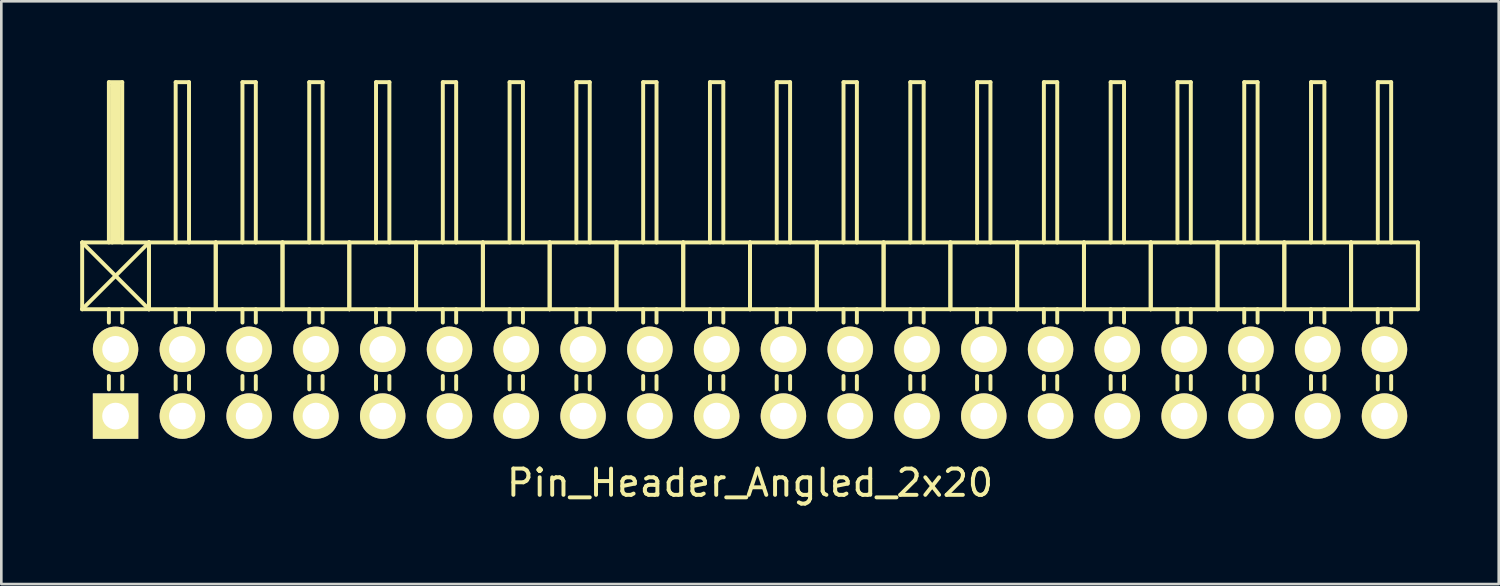
<source format=kicad_pcb>
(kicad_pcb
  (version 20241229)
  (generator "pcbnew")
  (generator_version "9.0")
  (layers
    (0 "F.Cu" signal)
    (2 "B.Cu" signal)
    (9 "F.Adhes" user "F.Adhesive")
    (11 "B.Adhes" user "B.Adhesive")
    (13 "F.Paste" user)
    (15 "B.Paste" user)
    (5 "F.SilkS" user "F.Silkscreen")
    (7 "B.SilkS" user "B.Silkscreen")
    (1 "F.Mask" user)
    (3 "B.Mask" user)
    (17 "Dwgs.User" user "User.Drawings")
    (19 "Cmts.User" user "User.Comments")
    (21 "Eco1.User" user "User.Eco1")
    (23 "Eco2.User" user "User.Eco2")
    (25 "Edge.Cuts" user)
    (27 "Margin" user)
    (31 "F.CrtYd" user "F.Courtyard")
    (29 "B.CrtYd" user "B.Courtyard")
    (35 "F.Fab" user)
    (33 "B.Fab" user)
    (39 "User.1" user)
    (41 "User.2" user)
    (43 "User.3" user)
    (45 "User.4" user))
  (footprint "Pin_Header_Angled_2x20"
    (layer "F.Cu")
    (at 25.475 11.505)
    (property "Reference" "Pin_Header_Angled_2x20" (at 0 3.81 0) (layer "F.SilkS") (effects (font (size 1 1) (thickness 0.15))))
    (attr through_hole)
    (fp_line (start -25.4 -5.334) (end -22.86 -2.794) (stroke (width 0.15) (type solid)) (layer "F.SilkS"))
    (fp_line (start -25.4 -2.794) (end -25.4 -5.334) (stroke (width 0.15) (type solid)) (layer "F.SilkS"))
    (fp_line (start -25.4 -2.794) (end -22.86 -5.334) (stroke (width 0.15) (type solid)) (layer "F.SilkS"))
    (fp_line (start -25.4 -2.794) (end -22.86 -2.794) (stroke (width 0.15) (type solid)) (layer "F.SilkS"))
    (fp_line (start -24.384 -11.43) (end -23.876 -11.43) (stroke (width 0.15) (type solid)) (layer "F.SilkS"))
    (fp_line (start -24.384 -5.334) (end -24.384 -11.43) (stroke (width 0.15) (type solid)) (layer "F.SilkS"))
    (fp_line (start -24.384 -2.794) (end -24.384 -2.286) (stroke (width 0.15) (type solid)) (layer "F.SilkS"))
    (fp_line (start -24.384 -0.254) (end -24.384 0.254) (stroke (width 0.15) (type solid)) (layer "F.SilkS"))
    (fp_line (start -24.257 -11.303) (end -24.003 -11.303) (stroke (width 0.15) (type solid)) (layer "F.SilkS"))
    (fp_line (start -24.257 -5.334) (end -24.257 -11.303) (stroke (width 0.15) (type solid)) (layer "F.SilkS"))
    (fp_line (start -24.13 -5.461) (end -24.13 -11.303) (stroke (width 0.15) (type solid)) (layer "F.SilkS"))
    (fp_line (start -24.003 -11.303) (end -24.003 -5.461) (stroke (width 0.15) (type solid)) (layer "F.SilkS"))
    (fp_line (start -24.003 -5.461) (end -24.13 -5.461) (stroke (width 0.15) (type solid)) (layer "F.SilkS"))
    (fp_line (start -23.876 -11.43) (end -23.876 -5.334) (stroke (width 0.15) (type solid)) (layer "F.SilkS"))
    (fp_line (start -23.876 -2.794) (end -23.876 -2.286) (stroke (width 0.15) (type solid)) (layer "F.SilkS"))
    (fp_line (start -23.876 -0.254) (end -23.876 0.254) (stroke (width 0.15) (type solid)) (layer "F.SilkS"))
    (fp_line (start -22.86 -5.334) (end -25.4 -5.334) (stroke (width 0.15) (type solid)) (layer "F.SilkS"))
    (fp_line (start -22.86 -2.794) (end -22.86 -5.334) (stroke (width 0.15) (type solid)) (layer "F.SilkS"))
    (fp_line (start -22.86 -2.794) (end -22.86 -5.334) (stroke (width 0.15) (type solid)) (layer "F.SilkS"))
    (fp_line (start -22.86 -2.794) (end -20.32 -2.794) (stroke (width 0.15) (type solid)) (layer "F.SilkS"))
    (fp_line (start -21.844 -11.43) (end -21.336 -11.43) (stroke (width 0.15) (type solid)) (layer "F.SilkS"))
    (fp_line (start -21.844 -5.334) (end -21.844 -11.43) (stroke (width 0.15) (type solid)) (layer "F.SilkS"))
    (fp_line (start -21.844 -2.794) (end -21.844 -2.286) (stroke (width 0.15) (type solid)) (layer "F.SilkS"))
    (fp_line (start -21.844 -0.254) (end -21.844 0.254) (stroke (width 0.15) (type solid)) (layer "F.SilkS"))
    (fp_line (start -21.336 -11.43) (end -21.336 -5.334) (stroke (width 0.15) (type solid)) (layer "F.SilkS"))
    (fp_line (start -21.336 -2.794) (end -21.336 -2.286) (stroke (width 0.15) (type solid)) (layer "F.SilkS"))
    (fp_line (start -21.336 -0.254) (end -21.336 0.254) (stroke (width 0.15) (type solid)) (layer "F.SilkS"))
    (fp_line (start -20.32 -5.334) (end -22.86 -5.334) (stroke (width 0.15) (type solid)) (layer "F.SilkS"))
    (fp_line (start -20.32 -2.794) (end -20.32 -5.334) (stroke (width 0.15) (type solid)) (layer "F.SilkS"))
    (fp_line (start -20.32 -2.794) (end -20.32 -5.334) (stroke (width 0.15) (type solid)) (layer "F.SilkS"))
    (fp_line (start -20.32 -2.794) (end -17.78 -2.794) (stroke (width 0.15) (type solid)) (layer "F.SilkS"))
    (fp_line (start -19.304 -11.43) (end -18.796 -11.43) (stroke (width 0.15) (type solid)) (layer "F.SilkS"))
    (fp_line (start -19.304 -5.334) (end -19.304 -11.43) (stroke (width 0.15) (type solid)) (layer "F.SilkS"))
    (fp_line (start -19.304 -2.794) (end -19.304 -2.286) (stroke (width 0.15) (type solid)) (layer "F.SilkS"))
    (fp_line (start -19.304 -0.254) (end -19.304 0.254) (stroke (width 0.15) (type solid)) (layer "F.SilkS"))
    (fp_line (start -18.796 -11.43) (end -18.796 -5.334) (stroke (width 0.15) (type solid)) (layer "F.SilkS"))
    (fp_line (start -18.796 -2.794) (end -18.796 -2.286) (stroke (width 0.15) (type solid)) (layer "F.SilkS"))
    (fp_line (start -18.796 -0.254) (end -18.796 0.254) (stroke (width 0.15) (type solid)) (layer "F.SilkS"))
    (fp_line (start -17.78 -5.334) (end -20.32 -5.334) (stroke (width 0.15) (type solid)) (layer "F.SilkS"))
    (fp_line (start -17.78 -2.794) (end -17.78 -5.334) (stroke (width 0.15) (type solid)) (layer "F.SilkS"))
    (fp_line (start -17.78 -2.794) (end -17.78 -5.334) (stroke (width 0.15) (type solid)) (layer "F.SilkS"))
    (fp_line (start -17.78 -2.794) (end -15.24 -2.794) (stroke (width 0.15) (type solid)) (layer "F.SilkS"))
    (fp_line (start -16.764 -11.43) (end -16.256 -11.43) (stroke (width 0.15) (type solid)) (layer "F.SilkS"))
    (fp_line (start -16.764 -5.334) (end -16.764 -11.43) (stroke (width 0.15) (type solid)) (layer "F.SilkS"))
    (fp_line (start -16.764 -2.794) (end -16.764 -2.286) (stroke (width 0.15) (type solid)) (layer "F.SilkS"))
    (fp_line (start -16.764 -0.254) (end -16.764 0.254) (stroke (width 0.15) (type solid)) (layer "F.SilkS"))
    (fp_line (start -16.256 -11.43) (end -16.256 -5.334) (stroke (width 0.15) (type solid)) (layer "F.SilkS"))
    (fp_line (start -16.256 -2.794) (end -16.256 -2.286) (stroke (width 0.15) (type solid)) (layer "F.SilkS"))
    (fp_line (start -16.256 -0.254) (end -16.256 0.254) (stroke (width 0.15) (type solid)) (layer "F.SilkS"))
    (fp_line (start -15.24 -5.334) (end -17.78 -5.334) (stroke (width 0.15) (type solid)) (layer "F.SilkS"))
    (fp_line (start -15.24 -2.794) (end -15.24 -5.334) (stroke (width 0.15) (type solid)) (layer "F.SilkS"))
    (fp_line (start -15.24 -2.794) (end -15.24 -5.334) (stroke (width 0.15) (type solid)) (layer "F.SilkS"))
    (fp_line (start -15.24 -2.794) (end -12.7 -2.794) (stroke (width 0.15) (type solid)) (layer "F.SilkS"))
    (fp_line (start -14.224 -11.43) (end -13.716 -11.43) (stroke (width 0.15) (type solid)) (layer "F.SilkS"))
    (fp_line (start -14.224 -5.334) (end -14.224 -11.43) (stroke (width 0.15) (type solid)) (layer "F.SilkS"))
    (fp_line (start -14.224 -2.794) (end -14.224 -2.286) (stroke (width 0.15) (type solid)) (layer "F.SilkS"))
    (fp_line (start -14.224 -0.254) (end -14.224 0.254) (stroke (width 0.15) (type solid)) (layer "F.SilkS"))
    (fp_line (start -13.716 -11.43) (end -13.716 -5.334) (stroke (width 0.15) (type solid)) (layer "F.SilkS"))
    (fp_line (start -13.716 -2.794) (end -13.716 -2.286) (stroke (width 0.15) (type solid)) (layer "F.SilkS"))
    (fp_line (start -13.716 -0.254) (end -13.716 0.254) (stroke (width 0.15) (type solid)) (layer "F.SilkS"))
    (fp_line (start -12.7 -5.334) (end -15.24 -5.334) (stroke (width 0.15) (type solid)) (layer "F.SilkS"))
    (fp_line (start -12.7 -2.794) (end -12.7 -5.334) (stroke (width 0.15) (type solid)) (layer "F.SilkS"))
    (fp_line (start -12.7 -2.794) (end -12.7 -5.334) (stroke (width 0.15) (type solid)) (layer "F.SilkS"))
    (fp_line (start -12.7 -2.794) (end -10.16 -2.794) (stroke (width 0.15) (type solid)) (layer "F.SilkS"))
    (fp_line (start -11.684 -11.43) (end -11.176 -11.43) (stroke (width 0.15) (type solid)) (layer "F.SilkS"))
    (fp_line (start -11.684 -5.334) (end -11.684 -11.43) (stroke (width 0.15) (type solid)) (layer "F.SilkS"))
    (fp_line (start -11.684 -2.794) (end -11.684 -2.286) (stroke (width 0.15) (type solid)) (layer "F.SilkS"))
    (fp_line (start -11.684 -0.254) (end -11.684 0.254) (stroke (width 0.15) (type solid)) (layer "F.SilkS"))
    (fp_line (start -11.176 -11.43) (end -11.176 -5.334) (stroke (width 0.15) (type solid)) (layer "F.SilkS"))
    (fp_line (start -11.176 -2.794) (end -11.176 -2.286) (stroke (width 0.15) (type solid)) (layer "F.SilkS"))
    (fp_line (start -11.176 -0.254) (end -11.176 0.254) (stroke (width 0.15) (type solid)) (layer "F.SilkS"))
    (fp_line (start -10.16 -5.334) (end -12.7 -5.334) (stroke (width 0.15) (type solid)) (layer "F.SilkS"))
    (fp_line (start -10.16 -2.794) (end -10.16 -5.334) (stroke (width 0.15) (type solid)) (layer "F.SilkS"))
    (fp_line (start -10.16 -2.794) (end -10.16 -5.334) (stroke (width 0.15) (type solid)) (layer "F.SilkS"))
    (fp_line (start -10.16 -2.794) (end -7.62 -2.794) (stroke (width 0.15) (type solid)) (layer "F.SilkS"))
    (fp_line (start -9.144 -11.43) (end -8.636 -11.43) (stroke (width 0.15) (type solid)) (layer "F.SilkS"))
    (fp_line (start -9.144 -5.334) (end -9.144 -11.43) (stroke (width 0.15) (type solid)) (layer "F.SilkS"))
    (fp_line (start -9.144 -2.794) (end -9.144 -2.286) (stroke (width 0.15) (type solid)) (layer "F.SilkS"))
    (fp_line (start -9.144 -0.254) (end -9.144 0.254) (stroke (width 0.15) (type solid)) (layer "F.SilkS"))
    (fp_line (start -8.636 -11.43) (end -8.636 -5.334) (stroke (width 0.15) (type solid)) (layer "F.SilkS"))
    (fp_line (start -8.636 -2.794) (end -8.636 -2.286) (stroke (width 0.15) (type solid)) (layer "F.SilkS"))
    (fp_line (start -8.636 -0.254) (end -8.636 0.254) (stroke (width 0.15) (type solid)) (layer "F.SilkS"))
    (fp_line (start -7.62 -5.334) (end -10.16 -5.334) (stroke (width 0.15) (type solid)) (layer "F.SilkS"))
    (fp_line (start -7.62 -2.794) (end -7.62 -5.334) (stroke (width 0.15) (type solid)) (layer "F.SilkS"))
    (fp_line (start -7.62 -2.794) (end -7.62 -5.334) (stroke (width 0.15) (type solid)) (layer "F.SilkS"))
    (fp_line (start -7.62 -2.794) (end -5.08 -2.794) (stroke (width 0.15) (type solid)) (layer "F.SilkS"))
    (fp_line (start -6.604 -11.43) (end -6.096 -11.43) (stroke (width 0.15) (type solid)) (layer "F.SilkS"))
    (fp_line (start -6.604 -5.334) (end -6.604 -11.43) (stroke (width 0.15) (type solid)) (layer "F.SilkS"))
    (fp_line (start -6.604 -2.794) (end -6.604 -2.286) (stroke (width 0.15) (type solid)) (layer "F.SilkS"))
    (fp_line (start -6.604 -0.254) (end -6.604 0.254) (stroke (width 0.15) (type solid)) (layer "F.SilkS"))
    (fp_line (start -6.096 -11.43) (end -6.096 -5.334) (stroke (width 0.15) (type solid)) (layer "F.SilkS"))
    (fp_line (start -6.096 -2.794) (end -6.096 -2.286) (stroke (width 0.15) (type solid)) (layer "F.SilkS"))
    (fp_line (start -6.096 -0.254) (end -6.096 0.254) (stroke (width 0.15) (type solid)) (layer "F.SilkS"))
    (fp_line (start -5.08 -5.334) (end -7.62 -5.334) (stroke (width 0.15) (type solid)) (layer "F.SilkS"))
    (fp_line (start -5.08 -2.794) (end -5.08 -5.334) (stroke (width 0.15) (type solid)) (layer "F.SilkS"))
    (fp_line (start -5.08 -2.794) (end -5.08 -5.334) (stroke (width 0.15) (type solid)) (layer "F.SilkS"))
    (fp_line (start -5.08 -2.794) (end -2.54 -2.794) (stroke (width 0.15) (type solid)) (layer "F.SilkS"))
    (fp_line (start -4.064 -11.43) (end -3.556 -11.43) (stroke (width 0.15) (type solid)) (layer "F.SilkS"))
    (fp_line (start -4.064 -5.334) (end -4.064 -11.43) (stroke (width 0.15) (type solid)) (layer "F.SilkS"))
    (fp_line (start -4.064 -2.794) (end -4.064 -2.286) (stroke (width 0.15) (type solid)) (layer "F.SilkS"))
    (fp_line (start -4.064 -0.254) (end -4.064 0.254) (stroke (width 0.15) (type solid)) (layer "F.SilkS"))
    (fp_line (start -3.556 -11.43) (end -3.556 -5.334) (stroke (width 0.15) (type solid)) (layer "F.SilkS"))
    (fp_line (start -3.556 -2.794) (end -3.556 -2.286) (stroke (width 0.15) (type solid)) (layer "F.SilkS"))
    (fp_line (start -3.556 -0.254) (end -3.556 0.254) (stroke (width 0.15) (type solid)) (layer "F.SilkS"))
    (fp_line (start -2.54 -5.334) (end -5.08 -5.334) (stroke (width 0.15) (type solid)) (layer "F.SilkS"))
    (fp_line (start -2.54 -2.794) (end -2.54 -5.334) (stroke (width 0.15) (type solid)) (layer "F.SilkS"))
    (fp_line (start -2.54 -2.794) (end -2.54 -5.334) (stroke (width 0.15) (type solid)) (layer "F.SilkS"))
    (fp_line (start -2.54 -2.794) (end 0 -2.794) (stroke (width 0.15) (type solid)) (layer "F.SilkS"))
    (fp_line (start -1.524 -11.43) (end -1.016 -11.43) (stroke (width 0.15) (type solid)) (layer "F.SilkS"))
    (fp_line (start -1.524 -5.334) (end -1.524 -11.43) (stroke (width 0.15) (type solid)) (layer "F.SilkS"))
    (fp_line (start -1.524 -2.794) (end -1.524 -2.286) (stroke (width 0.15) (type solid)) (layer "F.SilkS"))
    (fp_line (start -1.524 -0.254) (end -1.524 0.254) (stroke (width 0.15) (type solid)) (layer "F.SilkS"))
    (fp_line (start -1.016 -11.43) (end -1.016 -5.334) (stroke (width 0.15) (type solid)) (layer "F.SilkS"))
    (fp_line (start -1.016 -2.794) (end -1.016 -2.286) (stroke (width 0.15) (type solid)) (layer "F.SilkS"))
    (fp_line (start -1.016 -0.254) (end -1.016 0.254) (stroke (width 0.15) (type solid)) (layer "F.SilkS"))
    (fp_line (start 0 -5.334) (end -2.54 -5.334) (stroke (width 0.15) (type solid)) (layer "F.SilkS"))
    (fp_line (start 0 -2.794) (end 0 -5.334) (stroke (width 0.15) (type solid)) (layer "F.SilkS"))
    (fp_line (start 0 -2.794) (end 0 -5.334) (stroke (width 0.15) (type solid)) (layer "F.SilkS"))
    (fp_line (start 0 -2.794) (end 2.54 -2.794) (stroke (width 0.15) (type solid)) (layer "F.SilkS"))
    (fp_line (start 1.016 -11.43) (end 1.524 -11.43) (stroke (width 0.15) (type solid)) (layer "F.SilkS"))
    (fp_line (start 1.016 -5.334) (end 1.016 -11.43) (stroke (width 0.15) (type solid)) (layer "F.SilkS"))
    (fp_line (start 1.016 -2.794) (end 1.016 -2.286) (stroke (width 0.15) (type solid)) (layer "F.SilkS"))
    (fp_line (start 1.016 -0.254) (end 1.016 0.254) (stroke (width 0.15) (type solid)) (layer "F.SilkS"))
    (fp_line (start 1.524 -11.43) (end 1.524 -5.334) (stroke (width 0.15) (type solid)) (layer "F.SilkS"))
    (fp_line (start 1.524 -2.794) (end 1.524 -2.286) (stroke (width 0.15) (type solid)) (layer "F.SilkS"))
    (fp_line (start 1.524 -0.254) (end 1.524 0.254) (stroke (width 0.15) (type solid)) (layer "F.SilkS"))
    (fp_line (start 2.54 -5.334) (end 0 -5.334) (stroke (width 0.15) (type solid)) (layer "F.SilkS"))
    (fp_line (start 2.54 -2.794) (end 2.54 -5.334) (stroke (width 0.15) (type solid)) (layer "F.SilkS"))
    (fp_line (start 2.54 -2.794) (end 2.54 -5.334) (stroke (width 0.15) (type solid)) (layer "F.SilkS"))
    (fp_line (start 2.54 -2.794) (end 5.08 -2.794) (stroke (width 0.15) (type solid)) (layer "F.SilkS"))
    (fp_line (start 3.556 -11.43) (end 4.064 -11.43) (stroke (width 0.15) (type solid)) (layer "F.SilkS"))
    (fp_line (start 3.556 -5.334) (end 3.556 -11.43) (stroke (width 0.15) (type solid)) (layer "F.SilkS"))
    (fp_line (start 3.556 -2.794) (end 3.556 -2.286) (stroke (width 0.15) (type solid)) (layer "F.SilkS"))
    (fp_line (start 3.556 -0.254) (end 3.556 0.254) (stroke (width 0.15) (type solid)) (layer "F.SilkS"))
    (fp_line (start 4.064 -11.43) (end 4.064 -5.334) (stroke (width 0.15) (type solid)) (layer "F.SilkS"))
    (fp_line (start 4.064 -2.794) (end 4.064 -2.286) (stroke (width 0.15) (type solid)) (layer "F.SilkS"))
    (fp_line (start 4.064 -0.254) (end 4.064 0.254) (stroke (width 0.15) (type solid)) (layer "F.SilkS"))
    (fp_line (start 5.08 -5.334) (end 2.54 -5.334) (stroke (width 0.15) (type solid)) (layer "F.SilkS"))
    (fp_line (start 5.08 -2.794) (end 5.08 -5.334) (stroke (width 0.15) (type solid)) (layer "F.SilkS"))
    (fp_line (start 5.08 -2.794) (end 5.08 -5.334) (stroke (width 0.15) (type solid)) (layer "F.SilkS"))
    (fp_line (start 5.08 -2.794) (end 7.62 -2.794) (stroke (width 0.15) (type solid)) (layer "F.SilkS"))
    (fp_line (start 6.096 -11.43) (end 6.604 -11.43) (stroke (width 0.15) (type solid)) (layer "F.SilkS"))
    (fp_line (start 6.096 -5.334) (end 6.096 -11.43) (stroke (width 0.15) (type solid)) (layer "F.SilkS"))
    (fp_line (start 6.096 -2.794) (end 6.096 -2.286) (stroke (width 0.15) (type solid)) (layer "F.SilkS"))
    (fp_line (start 6.096 -0.254) (end 6.096 0.254) (stroke (width 0.15) (type solid)) (layer "F.SilkS"))
    (fp_line (start 6.604 -11.43) (end 6.604 -5.334) (stroke (width 0.15) (type solid)) (layer "F.SilkS"))
    (fp_line (start 6.604 -2.794) (end 6.604 -2.286) (stroke (width 0.15) (type solid)) (layer "F.SilkS"))
    (fp_line (start 6.604 -0.254) (end 6.604 0.254) (stroke (width 0.15) (type solid)) (layer "F.SilkS"))
    (fp_line (start 7.62 -5.334) (end 5.08 -5.334) (stroke (width 0.15) (type solid)) (layer "F.SilkS"))
    (fp_line (start 7.62 -2.794) (end 7.62 -5.334) (stroke (width 0.15) (type solid)) (layer "F.SilkS"))
    (fp_line (start 7.62 -2.794) (end 7.62 -5.334) (stroke (width 0.15) (type solid)) (layer "F.SilkS"))
    (fp_line (start 7.62 -2.794) (end 10.16 -2.794) (stroke (width 0.15) (type solid)) (layer "F.SilkS"))
    (fp_line (start 8.636 -11.43) (end 9.144 -11.43) (stroke (width 0.15) (type solid)) (layer "F.SilkS"))
    (fp_line (start 8.636 -5.334) (end 8.636 -11.43) (stroke (width 0.15) (type solid)) (layer "F.SilkS"))
    (fp_line (start 8.636 -2.794) (end 8.636 -2.286) (stroke (width 0.15) (type solid)) (layer "F.SilkS"))
    (fp_line (start 8.636 -0.254) (end 8.636 0.254) (stroke (width 0.15) (type solid)) (layer "F.SilkS"))
    (fp_line (start 9.144 -11.43) (end 9.144 -5.334) (stroke (width 0.15) (type solid)) (layer "F.SilkS"))
    (fp_line (start 9.144 -2.794) (end 9.144 -2.286) (stroke (width 0.15) (type solid)) (layer "F.SilkS"))
    (fp_line (start 9.144 -0.254) (end 9.144 0.254) (stroke (width 0.15) (type solid)) (layer "F.SilkS"))
    (fp_line (start 10.16 -5.334) (end 7.62 -5.334) (stroke (width 0.15) (type solid)) (layer "F.SilkS"))
    (fp_line (start 10.16 -2.794) (end 10.16 -5.334) (stroke (width 0.15) (type solid)) (layer "F.SilkS"))
    (fp_line (start 10.16 -2.794) (end 10.16 -5.334) (stroke (width 0.15) (type solid)) (layer "F.SilkS"))
    (fp_line (start 10.16 -2.794) (end 12.7 -2.794) (stroke (width 0.15) (type solid)) (layer "F.SilkS"))
    (fp_line (start 11.176 -11.43) (end 11.684 -11.43) (stroke (width 0.15) (type solid)) (layer "F.SilkS"))
    (fp_line (start 11.176 -5.334) (end 11.176 -11.43) (stroke (width 0.15) (type solid)) (layer "F.SilkS"))
    (fp_line (start 11.176 -2.794) (end 11.176 -2.286) (stroke (width 0.15) (type solid)) (layer "F.SilkS"))
    (fp_line (start 11.176 -0.254) (end 11.176 0.254) (stroke (width 0.15) (type solid)) (layer "F.SilkS"))
    (fp_line (start 11.684 -11.43) (end 11.684 -5.334) (stroke (width 0.15) (type solid)) (layer "F.SilkS"))
    (fp_line (start 11.684 -2.794) (end 11.684 -2.286) (stroke (width 0.15) (type solid)) (layer "F.SilkS"))
    (fp_line (start 11.684 -0.254) (end 11.684 0.254) (stroke (width 0.15) (type solid)) (layer "F.SilkS"))
    (fp_line (start 12.7 -5.334) (end 10.16 -5.334) (stroke (width 0.15) (type solid)) (layer "F.SilkS"))
    (fp_line (start 12.7 -2.794) (end 12.7 -5.334) (stroke (width 0.15) (type solid)) (layer "F.SilkS"))
    (fp_line (start 12.7 -2.794) (end 12.7 -5.334) (stroke (width 0.15) (type solid)) (layer "F.SilkS"))
    (fp_line (start 12.7 -2.794) (end 15.24 -2.794) (stroke (width 0.15) (type solid)) (layer "F.SilkS"))
    (fp_line (start 13.716 -11.43) (end 14.224 -11.43) (stroke (width 0.15) (type solid)) (layer "F.SilkS"))
    (fp_line (start 13.716 -5.334) (end 13.716 -11.43) (stroke (width 0.15) (type solid)) (layer "F.SilkS"))
    (fp_line (start 13.716 -2.794) (end 13.716 -2.286) (stroke (width 0.15) (type solid)) (layer "F.SilkS"))
    (fp_line (start 13.716 -0.254) (end 13.716 0.254) (stroke (width 0.15) (type solid)) (layer "F.SilkS"))
    (fp_line (start 14.224 -11.43) (end 14.224 -5.334) (stroke (width 0.15) (type solid)) (layer "F.SilkS"))
    (fp_line (start 14.224 -2.794) (end 14.224 -2.286) (stroke (width 0.15) (type solid)) (layer "F.SilkS"))
    (fp_line (start 14.224 -0.254) (end 14.224 0.254) (stroke (width 0.15) (type solid)) (layer "F.SilkS"))
    (fp_line (start 15.24 -5.334) (end 12.7 -5.334) (stroke (width 0.15) (type solid)) (layer "F.SilkS"))
    (fp_line (start 15.24 -2.794) (end 15.24 -5.334) (stroke (width 0.15) (type solid)) (layer "F.SilkS"))
    (fp_line (start 15.24 -2.794) (end 15.24 -5.334) (stroke (width 0.15) (type solid)) (layer "F.SilkS"))
    (fp_line (start 15.24 -2.794) (end 17.78 -2.794) (stroke (width 0.15) (type solid)) (layer "F.SilkS"))
    (fp_line (start 16.256 -11.43) (end 16.764 -11.43) (stroke (width 0.15) (type solid)) (layer "F.SilkS"))
    (fp_line (start 16.256 -5.334) (end 16.256 -11.43) (stroke (width 0.15) (type solid)) (layer "F.SilkS"))
    (fp_line (start 16.256 -2.794) (end 16.256 -2.286) (stroke (width 0.15) (type solid)) (layer "F.SilkS"))
    (fp_line (start 16.256 -0.254) (end 16.256 0.254) (stroke (width 0.15) (type solid)) (layer "F.SilkS"))
    (fp_line (start 16.764 -11.43) (end 16.764 -5.334) (stroke (width 0.15) (type solid)) (layer "F.SilkS"))
    (fp_line (start 16.764 -2.794) (end 16.764 -2.286) (stroke (width 0.15) (type solid)) (layer "F.SilkS"))
    (fp_line (start 16.764 -0.254) (end 16.764 0.254) (stroke (width 0.15) (type solid)) (layer "F.SilkS"))
    (fp_line (start 17.78 -5.334) (end 15.24 -5.334) (stroke (width 0.15) (type solid)) (layer "F.SilkS"))
    (fp_line (start 17.78 -2.794) (end 17.78 -5.334) (stroke (width 0.15) (type solid)) (layer "F.SilkS"))
    (fp_line (start 17.78 -2.794) (end 17.78 -5.334) (stroke (width 0.15) (type solid)) (layer "F.SilkS"))
    (fp_line (start 17.78 -2.794) (end 20.32 -2.794) (stroke (width 0.15) (type solid)) (layer "F.SilkS"))
    (fp_line (start 18.796 -11.43) (end 19.304 -11.43) (stroke (width 0.15) (type solid)) (layer "F.SilkS"))
    (fp_line (start 18.796 -5.334) (end 18.796 -11.43) (stroke (width 0.15) (type solid)) (layer "F.SilkS"))
    (fp_line (start 18.796 -2.794) (end 18.796 -2.286) (stroke (width 0.15) (type solid)) (layer "F.SilkS"))
    (fp_line (start 18.796 -0.254) (end 18.796 0.254) (stroke (width 0.15) (type solid)) (layer "F.SilkS"))
    (fp_line (start 19.304 -11.43) (end 19.304 -5.334) (stroke (width 0.15) (type solid)) (layer "F.SilkS"))
    (fp_line (start 19.304 -2.794) (end 19.304 -2.286) (stroke (width 0.15) (type solid)) (layer "F.SilkS"))
    (fp_line (start 19.304 -0.254) (end 19.304 0.254) (stroke (width 0.15) (type solid)) (layer "F.SilkS"))
    (fp_line (start 20.32 -5.334) (end 17.78 -5.334) (stroke (width 0.15) (type solid)) (layer "F.SilkS"))
    (fp_line (start 20.32 -2.794) (end 20.32 -5.334) (stroke (width 0.15) (type solid)) (layer "F.SilkS"))
    (fp_line (start 20.32 -2.794) (end 20.32 -5.334) (stroke (width 0.15) (type solid)) (layer "F.SilkS"))
    (fp_line (start 20.32 -2.794) (end 22.86 -2.794) (stroke (width 0.15) (type solid)) (layer "F.SilkS"))
    (fp_line (start 21.336 -11.43) (end 21.844 -11.43) (stroke (width 0.15) (type solid)) (layer "F.SilkS"))
    (fp_line (start 21.336 -5.334) (end 21.336 -11.43) (stroke (width 0.15) (type solid)) (layer "F.SilkS"))
    (fp_line (start 21.336 -2.794) (end 21.336 -2.286) (stroke (width 0.15) (type solid)) (layer "F.SilkS"))
    (fp_line (start 21.336 -0.254) (end 21.336 0.254) (stroke (width 0.15) (type solid)) (layer "F.SilkS"))
    (fp_line (start 21.844 -11.43) (end 21.844 -5.334) (stroke (width 0.15) (type solid)) (layer "F.SilkS"))
    (fp_line (start 21.844 -2.794) (end 21.844 -2.286) (stroke (width 0.15) (type solid)) (layer "F.SilkS"))
    (fp_line (start 21.844 -0.254) (end 21.844 0.254) (stroke (width 0.15) (type solid)) (layer "F.SilkS"))
    (fp_line (start 22.86 -5.334) (end 20.32 -5.334) (stroke (width 0.15) (type solid)) (layer "F.SilkS"))
    (fp_line (start 22.86 -2.794) (end 22.86 -5.334) (stroke (width 0.15) (type solid)) (layer "F.SilkS"))
    (fp_line (start 22.86 -2.794) (end 22.86 -5.334) (stroke (width 0.15) (type solid)) (layer "F.SilkS"))
    (fp_line (start 22.86 -2.794) (end 25.4 -2.794) (stroke (width 0.15) (type solid)) (layer "F.SilkS"))
    (fp_line (start 23.876 -11.43) (end 24.384 -11.43) (stroke (width 0.15) (type solid)) (layer "F.SilkS"))
    (fp_line (start 23.876 -5.334) (end 23.876 -11.43) (stroke (width 0.15) (type solid)) (layer "F.SilkS"))
    (fp_line (start 23.876 -2.794) (end 23.876 -2.286) (stroke (width 0.15) (type solid)) (layer "F.SilkS"))
    (fp_line (start 23.876 -0.254) (end 23.876 0.254) (stroke (width 0.15) (type solid)) (layer "F.SilkS"))
    (fp_line (start 24.384 -11.43) (end 24.384 -5.334) (stroke (width 0.15) (type solid)) (layer "F.SilkS"))
    (fp_line (start 24.384 -2.794) (end 24.384 -2.286) (stroke (width 0.15) (type solid)) (layer "F.SilkS"))
    (fp_line (start 24.384 -0.254) (end 24.384 0.254) (stroke (width 0.15) (type solid)) (layer "F.SilkS"))
    (fp_line (start 25.4 -5.334) (end 22.86 -5.334) (stroke (width 0.15) (type solid)) (layer "F.SilkS"))
    (fp_line (start 25.4 -2.794) (end 25.4 -5.334) (stroke (width 0.15) (type solid)) (layer "F.SilkS"))
    (pad "1" thru_hole rect (at -24.13 1.27) (size 1.727 1.727) (drill 1.016) (layers "*.Cu" "*.Mask" "F.SilkS"))
    (pad "2" thru_hole oval (at -24.13 -1.27) (size 1.727 1.727) (drill 1.016) (layers "*.Cu" "*.Mask" "F.SilkS"))
    (pad "3" thru_hole oval (at -21.59 1.27) (size 1.727 1.727) (drill 1.016) (layers "*.Cu" "*.Mask" "F.SilkS"))
    (pad "4" thru_hole oval (at -21.59 -1.27) (size 1.727 1.727) (drill 1.016) (layers "*.Cu" "*.Mask" "F.SilkS"))
    (pad "5" thru_hole oval (at -19.05 1.27) (size 1.727 1.727) (drill 1.016) (layers "*.Cu" "*.Mask" "F.SilkS"))
    (pad "6" thru_hole oval (at -19.05 -1.27) (size 1.727 1.727) (drill 1.016) (layers "*.Cu" "*.Mask" "F.SilkS"))
    (pad "7" thru_hole oval (at -16.51 1.27) (size 1.727 1.727) (drill 1.016) (layers "*.Cu" "*.Mask" "F.SilkS"))
    (pad "8" thru_hole oval (at -16.51 -1.27) (size 1.727 1.727) (drill 1.016) (layers "*.Cu" "*.Mask" "F.SilkS"))
    (pad "9" thru_hole oval (at -13.97 1.27) (size 1.727 1.727) (drill 1.016) (layers "*.Cu" "*.Mask" "F.SilkS"))
    (pad "10" thru_hole oval (at -13.97 -1.27) (size 1.727 1.727) (drill 1.016) (layers "*.Cu" "*.Mask" "F.SilkS"))
    (pad "11" thru_hole oval (at -11.43 1.27) (size 1.727 1.727) (drill 1.016) (layers "*.Cu" "*.Mask" "F.SilkS"))
    (pad "12" thru_hole oval (at -11.43 -1.27) (size 1.727 1.727) (drill 1.016) (layers "*.Cu" "*.Mask" "F.SilkS"))
    (pad "13" thru_hole oval (at -8.89 1.27) (size 1.727 1.727) (drill 1.016) (layers "*.Cu" "*.Mask" "F.SilkS"))
    (pad "14" thru_hole oval (at -8.89 -1.27) (size 1.727 1.727) (drill 1.016) (layers "*.Cu" "*.Mask" "F.SilkS"))
    (pad "15" thru_hole oval (at -6.35 1.27) (size 1.727 1.727) (drill 1.016) (layers "*.Cu" "*.Mask" "F.SilkS"))
    (pad "16" thru_hole oval (at -6.35 -1.27) (size 1.727 1.727) (drill 1.016) (layers "*.Cu" "*.Mask" "F.SilkS"))
    (pad "17" thru_hole oval (at -3.81 1.27) (size 1.727 1.727) (drill 1.016) (layers "*.Cu" "*.Mask" "F.SilkS"))
    (pad "18" thru_hole oval (at -3.81 -1.27) (size 1.727 1.727) (drill 1.016) (layers "*.Cu" "*.Mask" "F.SilkS"))
    (pad "19" thru_hole oval (at -1.27 1.27) (size 1.727 1.727) (drill 1.016) (layers "*.Cu" "*.Mask" "F.SilkS"))
    (pad "20" thru_hole oval (at -1.27 -1.27) (size 1.727 1.727) (drill 1.016) (layers "*.Cu" "*.Mask" "F.SilkS"))
    (pad "21" thru_hole oval (at 1.27 1.27) (size 1.727 1.727) (drill 1.016) (layers "*.Cu" "*.Mask" "F.SilkS"))
    (pad "22" thru_hole oval (at 1.27 -1.27) (size 1.727 1.727) (drill 1.016) (layers "*.Cu" "*.Mask" "F.SilkS"))
    (pad "23" thru_hole oval (at 3.81 1.27) (size 1.727 1.727) (drill 1.016) (layers "*.Cu" "*.Mask" "F.SilkS"))
    (pad "24" thru_hole oval (at 3.81 -1.27) (size 1.727 1.727) (drill 1.016) (layers "*.Cu" "*.Mask" "F.SilkS"))
    (pad "25" thru_hole oval (at 6.35 1.27) (size 1.727 1.727) (drill 1.016) (layers "*.Cu" "*.Mask" "F.SilkS"))
    (pad "26" thru_hole oval (at 6.35 -1.27) (size 1.727 1.727) (drill 1.016) (layers "*.Cu" "*.Mask" "F.SilkS"))
    (pad "27" thru_hole oval (at 8.89 1.27) (size 1.727 1.727) (drill 1.016) (layers "*.Cu" "*.Mask" "F.SilkS"))
    (pad "28" thru_hole oval (at 8.89 -1.27) (size 1.727 1.727) (drill 1.016) (layers "*.Cu" "*.Mask" "F.SilkS"))
    (pad "29" thru_hole oval (at 11.43 1.27) (size 1.727 1.727) (drill 1.016) (layers "*.Cu" "*.Mask" "F.SilkS"))
    (pad "30" thru_hole oval (at 11.43 -1.27) (size 1.727 1.727) (drill 1.016) (layers "*.Cu" "*.Mask" "F.SilkS"))
    (pad "31" thru_hole oval (at 13.97 1.27) (size 1.727 1.727) (drill 1.016) (layers "*.Cu" "*.Mask" "F.SilkS"))
    (pad "32" thru_hole oval (at 13.97 -1.27) (size 1.727 1.727) (drill 1.016) (layers "*.Cu" "*.Mask" "F.SilkS"))
    (pad "33" thru_hole oval (at 16.51 1.27) (size 1.727 1.727) (drill 1.016) (layers "*.Cu" "*.Mask" "F.SilkS"))
    (pad "34" thru_hole oval (at 16.51 -1.27) (size 1.727 1.727) (drill 1.016) (layers "*.Cu" "*.Mask" "F.SilkS"))
    (pad "35" thru_hole oval (at 19.05 1.27) (size 1.727 1.727) (drill 1.016) (layers "*.Cu" "*.Mask" "F.SilkS"))
    (pad "36" thru_hole oval (at 19.05 -1.27) (size 1.727 1.727) (drill 1.016) (layers "*.Cu" "*.Mask" "F.SilkS"))
    (pad "37" thru_hole oval (at 21.59 1.27) (size 1.727 1.727) (drill 1.016) (layers "*.Cu" "*.Mask" "F.SilkS"))
    (pad "38" thru_hole oval (at 21.59 -1.27) (size 1.727 1.727) (drill 1.016) (layers "*.Cu" "*.Mask" "F.SilkS"))
    (pad "39" thru_hole oval (at 24.13 1.27) (size 1.727 1.727) (drill 1.016) (layers "*.Cu" "*.Mask" "F.SilkS"))
    (pad "40" thru_hole oval (at 24.13 -1.27) (size 1.727 1.727) (drill 1.016) (layers "*.Cu" "*.Mask" "F.SilkS")))
  (gr_rect
    (start -3 -3)
    (end 53.95 19.163)
    (stroke (width 0.1) (type default))
    (fill no)
    (layer "Edge.Cuts")))
</source>
